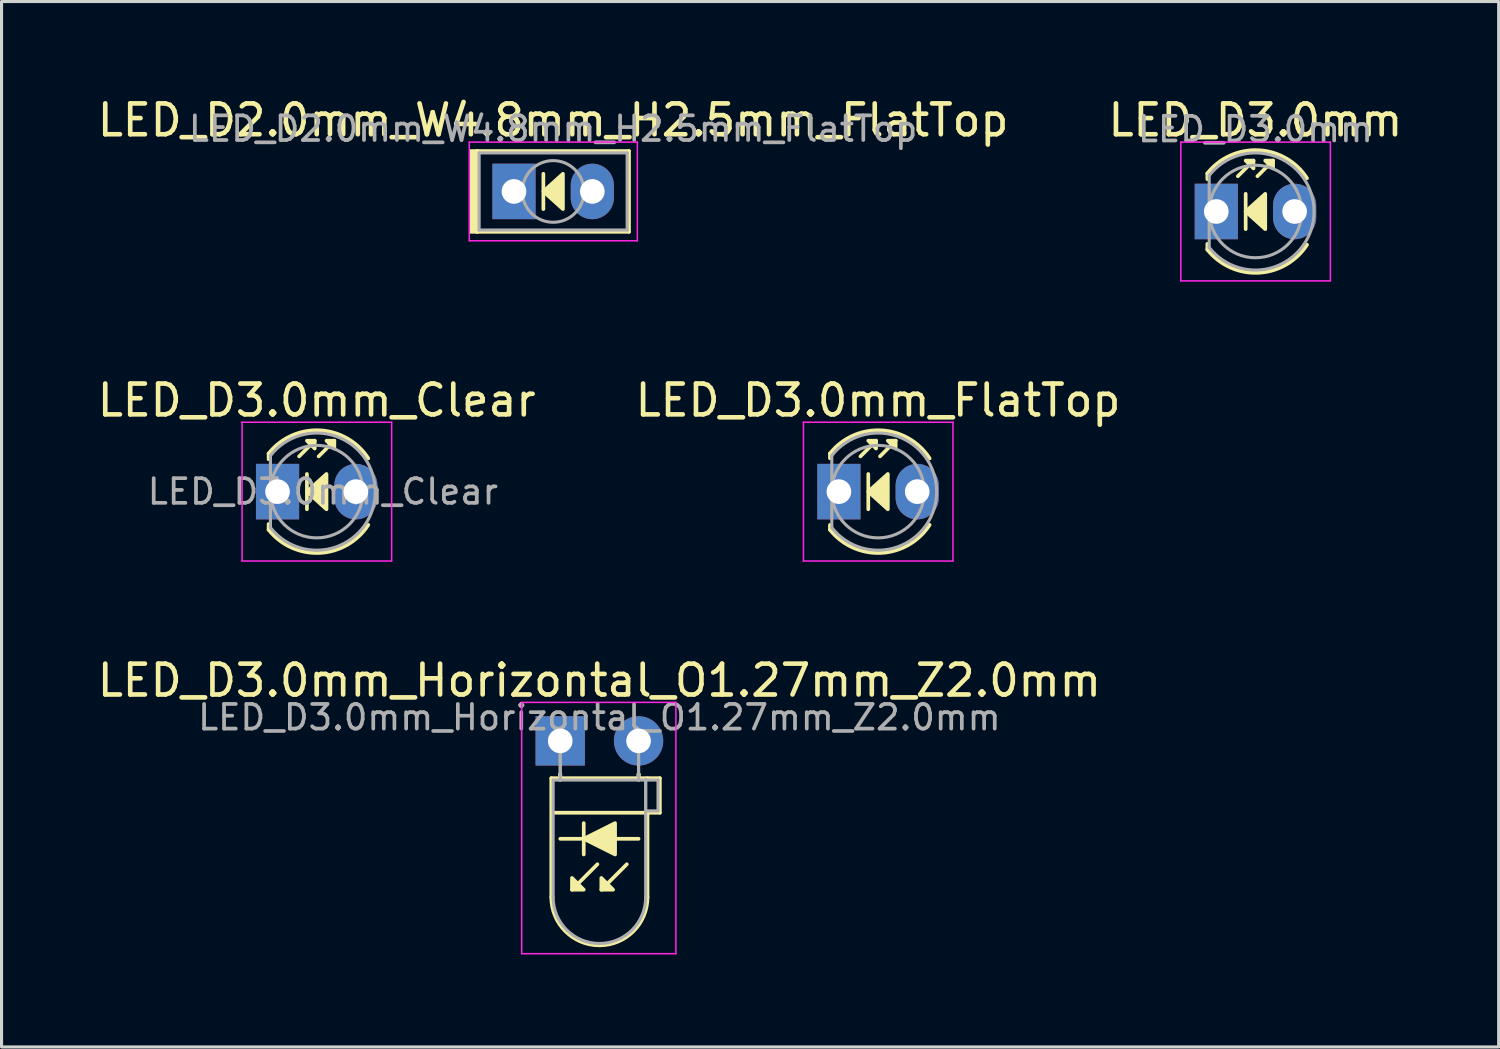
<source format=kicad_pcb>
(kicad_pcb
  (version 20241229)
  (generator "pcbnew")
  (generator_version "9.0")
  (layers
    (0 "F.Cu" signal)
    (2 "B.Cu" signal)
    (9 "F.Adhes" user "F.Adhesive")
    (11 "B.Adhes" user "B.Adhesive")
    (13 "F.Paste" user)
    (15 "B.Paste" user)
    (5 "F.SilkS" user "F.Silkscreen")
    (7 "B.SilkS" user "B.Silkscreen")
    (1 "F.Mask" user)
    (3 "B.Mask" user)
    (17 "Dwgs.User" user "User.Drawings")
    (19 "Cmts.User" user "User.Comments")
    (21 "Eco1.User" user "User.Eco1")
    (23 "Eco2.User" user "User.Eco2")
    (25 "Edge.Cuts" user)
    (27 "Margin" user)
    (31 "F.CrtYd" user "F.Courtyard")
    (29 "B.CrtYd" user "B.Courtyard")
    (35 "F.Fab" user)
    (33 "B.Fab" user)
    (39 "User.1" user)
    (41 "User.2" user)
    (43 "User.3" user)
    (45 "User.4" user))
  (footprint "LED_D2.0mm_W4.8mm_H2.5mm_FlatTop"
    (layer "F.Cu")
    (at 13.617 3.158)
    (property "Reference" "LED_D2.0mm_W4.8mm_H2.5mm_FlatTop" (at 1.27 -2.31 0) (layer "F.SilkS") (effects (font (size 1 1) (thickness 0.15))))
    (fp_line (start -1.19 -1.31) (end -1.19 1.31) (stroke (width 0.12) (type solid)) (layer "F.SilkS"))
    (fp_line (start -1.19 -1.31) (end 3.73 -1.31) (stroke (width 0.12) (type solid)) (layer "F.SilkS"))
    (fp_line (start -1.19 1.31) (end 3.73 1.31) (stroke (width 0.12) (type solid)) (layer "F.SilkS"))
    (fp_line (start 0.953 -0.572) (end 0.953 0.572) (stroke (width 0.12) (type solid)) (layer "F.SilkS"))
    (fp_line (start 3.73 -1.31) (end 3.73 1.31) (stroke (width 0.12) (type solid)) (layer "F.SilkS"))
    (fp_rect (start -1.397 -1.31) (end -1.19 1.31) (stroke (width 0.12) (type solid)) (fill yes) (layer "F.SilkS"))
    (fp_poly (pts (xy 1.587 0.572) (xy 0.953 0) (xy 1.587 -0.572)) (stroke (width 0.12) (type solid)) (fill yes) (layer "F.SilkS"))
    (fp_line (start -1.45 -1.6) (end -1.45 1.6) (stroke (width 0.05) (type solid)) (layer "F.CrtYd"))
    (fp_line (start -1.45 1.6) (end 4 1.6) (stroke (width 0.05) (type solid)) (layer "F.CrtYd"))
    (fp_line (start 4 -1.6) (end -1.45 -1.6) (stroke (width 0.05) (type solid)) (layer "F.CrtYd"))
    (fp_line (start 4 1.6) (end 4 -1.6) (stroke (width 0.05) (type solid)) (layer "F.CrtYd"))
    (fp_line (start -1.13 -1.25) (end -1.13 1.25) (stroke (width 0.1) (type solid)) (layer "F.Fab"))
    (fp_line (start -1.13 1.25) (end 3.67 1.25) (stroke (width 0.1) (type solid)) (layer "F.Fab"))
    (fp_line (start 3.67 -1.25) (end -1.13 -1.25) (stroke (width 0.1) (type solid)) (layer "F.Fab"))
    (fp_line (start 3.67 1.25) (end 3.67 -1.25) (stroke (width 0.1) (type solid)) (layer "F.Fab"))
    (fp_circle (center 1.27 0) (end 2.27 0) (stroke (width 0.1) (type solid)) (fill no) (layer "F.Fab"))
    (fp_text user "${REFERENCE}" (at 1.27 -2.032 0) (layer "F.Fab") (effects (font (size 0.8 0.8) (thickness 0.12))))
    (pad "1" thru_hole rect (at 0 0) (size 1.4 1.8) (drill 0.8) (layers "*.Cu" "*.Mask"))
    (pad "2" thru_hole oval (at 2.54 0) (size 1.4 1.8) (drill 0.8) (layers "*.Cu" "*.Mask")))
  (footprint "LED_D3.0mm_FlatTop"
    (layer "F.Cu")
    (at 24.153 12.892)
    (property "Reference" "LED_D3.0mm_FlatTop" (at 1.27 -2.96 0) (layer "F.SilkS") (effects (font (size 1 1) (thickness 0.15))))
    (fp_line (start -0.29 -1.236) (end -0.29 -1.08) (stroke (width 0.12) (type solid)) (layer "F.SilkS"))
    (fp_line (start -0.29 1.08) (end -0.29 1.236) (stroke (width 0.12) (type solid)) (layer "F.SilkS"))
    (fp_line (start 0.699 -1.143) (end 1.206 -1.651) (stroke (width 0.12) (type solid)) (layer "F.SilkS"))
    (fp_line (start 0.953 -0.572) (end 0.953 0.572) (stroke (width 0.12) (type solid)) (layer "F.SilkS"))
    (fp_line (start 1.333 -1.143) (end 1.841 -1.651) (stroke (width 0.12) (type solid)) (layer "F.SilkS"))
    (fp_arc (start -0.29 -1.235516) (mid 1.366487 -1.987659) (end 2.942335 -1.078608) (stroke (width 0.12) (type solid)) (layer "F.SilkS"))
    (fp_arc (start 2.942335 1.078608) (mid 1.366487 1.987659) (end -0.29 1.235516) (stroke (width 0.12) (type solid)) (layer "F.SilkS"))
    (fp_poly (pts (xy 1.206 -1.397) (xy 0.953 -1.651) (xy 1.206 -1.651)) (stroke (width 0.12) (type solid)) (fill yes) (layer "F.SilkS"))
    (fp_poly (pts (xy 1.587 0.572) (xy 0.953 0) (xy 1.587 -0.572)) (stroke (width 0.12) (type solid)) (fill yes) (layer "F.SilkS"))
    (fp_poly (pts (xy 1.841 -1.397) (xy 1.587 -1.651) (xy 1.841 -1.651)) (stroke (width 0.12) (type solid)) (fill yes) (layer "F.SilkS"))
    (fp_line (start -1.15 -2.25) (end -1.15 2.25) (stroke (width 0.05) (type solid)) (layer "F.CrtYd"))
    (fp_line (start -1.15 2.25) (end 3.7 2.25) (stroke (width 0.05) (type solid)) (layer "F.CrtYd"))
    (fp_line (start 3.7 -2.25) (end -1.15 -2.25) (stroke (width 0.05) (type solid)) (layer "F.CrtYd"))
    (fp_line (start 3.7 2.25) (end 3.7 -2.25) (stroke (width 0.05) (type solid)) (layer "F.CrtYd"))
    (fp_line (start -0.23 -1.166) (end -0.23 1.166) (stroke (width 0.1) (type solid)) (layer "F.Fab"))
    (fp_arc (start -0.23 -1.16619) (mid 3.17 0.000452) (end -0.230555 1.165476) (stroke (width 0.1) (type solid)) (layer "F.Fab"))
    (fp_circle (center 1.27 0) (end 2.77 0) (stroke (width 0.1) (type solid)) (fill no) (layer "F.Fab"))
    (pad "1" thru_hole rect (at 0 0) (size 1.4 1.8) (drill 0.8) (layers "*.Cu" "*.Mask"))
    (pad "2" thru_hole oval (at 2.54 0) (size 1.4 1.8) (drill 0.8) (layers "*.Cu" "*.Mask")))
  (footprint "LED_D3.0mm"
    (layer "F.Cu")
    (at 36.391 3.808)
    (property "Reference" "LED_D3.0mm" (at 1.27 -2.96 0) (layer "F.SilkS") (effects (font (size 1 1) (thickness 0.15))))
    (fp_line (start -0.29 -1.236) (end -0.29 -1.05) (stroke (width 0.12) (type solid)) (layer "F.SilkS"))
    (fp_line (start -0.29 1.05) (end -0.29 1.236) (stroke (width 0.12) (type solid)) (layer "F.SilkS"))
    (fp_line (start 0.699 -1.143) (end 1.206 -1.651) (stroke (width 0.12) (type solid)) (layer "F.SilkS"))
    (fp_line (start 0.953 -0.572) (end 0.953 0.572) (stroke (width 0.12) (type solid)) (layer "F.SilkS"))
    (fp_line (start 1.333 -1.143) (end 1.841 -1.651) (stroke (width 0.12) (type solid)) (layer "F.SilkS"))
    (fp_arc (start -0.29 -1.235516) (mid 1.366487 -1.987659) (end 2.942335 -1.078608) (stroke (width 0.12) (type solid)) (layer "F.SilkS"))
    (fp_arc (start 2.942335 1.078608) (mid 1.366487 1.987659) (end -0.29 1.235516) (stroke (width 0.12) (type solid)) (layer "F.SilkS"))
    (fp_poly (pts (xy 1.206 -1.397) (xy 0.953 -1.651) (xy 1.206 -1.651)) (stroke (width 0.12) (type solid)) (fill yes) (layer "F.SilkS"))
    (fp_poly (pts (xy 1.587 0.572) (xy 0.953 0) (xy 1.587 -0.572)) (stroke (width 0.12) (type solid)) (fill yes) (layer "F.SilkS"))
    (fp_poly (pts (xy 1.841 -1.397) (xy 1.587 -1.651) (xy 1.841 -1.651)) (stroke (width 0.12) (type solid)) (fill yes) (layer "F.SilkS"))
    (fp_line (start -1.15 -2.25) (end -1.15 2.25) (stroke (width 0.05) (type solid)) (layer "F.CrtYd"))
    (fp_line (start -1.15 2.25) (end 3.7 2.25) (stroke (width 0.05) (type solid)) (layer "F.CrtYd"))
    (fp_line (start 3.7 -2.25) (end -1.15 -2.25) (stroke (width 0.05) (type solid)) (layer "F.CrtYd"))
    (fp_line (start 3.7 2.25) (end 3.7 -2.25) (stroke (width 0.05) (type solid)) (layer "F.CrtYd"))
    (fp_line (start -0.23 -1.166) (end -0.23 1.166) (stroke (width 0.1) (type solid)) (layer "F.Fab"))
    (fp_arc (start -0.23 -1.16619) (mid 3.17 0.000452) (end -0.230555 1.165476) (stroke (width 0.1) (type solid)) (layer "F.Fab"))
    (fp_circle (center 1.27 0) (end 2.77 0) (stroke (width 0.1) (type solid)) (fill no) (layer "F.Fab"))
    (fp_text user "${REFERENCE}" (at 1.27 -2.667 0) (layer "F.Fab") (effects (font (size 0.8 0.8) (thickness 0.12))))
    (pad "1" thru_hole rect (at 0 0) (size 1.4 1.8) (drill 0.8) (layers "*.Cu" "*.Mask"))
    (pad "2" thru_hole oval (at 2.54 0) (size 1.4 1.8) (drill 0.8) (layers "*.Cu" "*.Mask")))
  (footprint "LED_D3.0mm_Horizontal_O1.27mm_Z2.0mm"
    (layer "F.Cu")
    (at 15.117 20.975)
    (property "Reference" "LED_D3.0mm_Horizontal_O1.27mm_Z2.0mm" (at 1.27 -1.96 0) (layer "F.SilkS") (effects (font (size 1 1) (thickness 0.15))))
    (fp_line (start -0.29 1.21) (end -0.29 5.07) (stroke (width 0.12) (type solid)) (layer "F.SilkS"))
    (fp_line (start -0.29 1.21) (end 2.83 1.21) (stroke (width 0.12) (type solid)) (layer "F.SilkS"))
    (fp_line (start 0 1.08) (end 0 1.08) (stroke (width 0.12) (type solid)) (layer "F.SilkS"))
    (fp_line (start 0 1.08) (end 0 1.21) (stroke (width 0.12) (type solid)) (layer "F.SilkS"))
    (fp_line (start 0 1.21) (end 0 1.08) (stroke (width 0.12) (type solid)) (layer "F.SilkS"))
    (fp_line (start 0 1.21) (end 0 1.21) (stroke (width 0.12) (type solid)) (layer "F.SilkS"))
    (fp_line (start 0.762 2.667) (end 0.762 3.683) (stroke (width 0.12) (type solid)) (layer "F.SilkS"))
    (fp_line (start 1.206 4) (end 0.381 4.826) (stroke (width 0.12) (type solid)) (layer "F.SilkS"))
    (fp_line (start 2.159 4) (end 1.333 4.826) (stroke (width 0.12) (type solid)) (layer "F.SilkS"))
    (fp_line (start 2.54 1.08) (end 2.54 1.08) (stroke (width 0.12) (type solid)) (layer "F.SilkS"))
    (fp_line (start 2.54 1.08) (end 2.54 1.21) (stroke (width 0.12) (type solid)) (layer "F.SilkS"))
    (fp_line (start 2.54 1.21) (end 2.54 1.08) (stroke (width 0.12) (type solid)) (layer "F.SilkS"))
    (fp_line (start 2.54 1.21) (end 2.54 1.21) (stroke (width 0.12) (type solid)) (layer "F.SilkS"))
    (fp_line (start 2.54 3.175) (end 0 3.175) (stroke (width 0.12) (type solid)) (layer "F.SilkS"))
    (fp_line (start 2.83 1.21) (end 3.23 1.21) (stroke (width 0.12) (type solid)) (layer "F.SilkS"))
    (fp_line (start 2.83 2.33) (end 2.83 5.07) (stroke (width 0.12) (type solid)) (layer "F.SilkS"))
    (fp_line (start 3.23 1.21) (end 3.23 2.33) (stroke (width 0.12) (type solid)) (layer "F.SilkS"))
    (fp_line (start 3.23 2.33) (end -0.254 2.33) (stroke (width 0.12) (type solid)) (layer "F.SilkS"))
    (fp_arc (start 2.83 5.07) (mid 1.27 6.63) (end -0.29 5.07) (stroke (width 0.12) (type solid)) (layer "F.SilkS"))
    (fp_poly (pts (xy 0.381 4.445) (xy 0.762 4.826) (xy 0.381 4.826)) (stroke (width 0.12) (type solid)) (fill yes) (layer "F.SilkS"))
    (fp_poly (pts (xy 1.333 4.445) (xy 1.714 4.826) (xy 1.333 4.826)) (stroke (width 0.12) (type solid)) (fill yes) (layer "F.SilkS"))
    (fp_poly (pts (xy 1.778 3.683) (xy 0.762 3.175) (xy 1.778 2.667)) (stroke (width 0.12) (type solid)) (fill yes) (layer "F.SilkS"))
    (fp_line (start -1.25 -1.25) (end -1.25 6.9) (stroke (width 0.05) (type solid)) (layer "F.CrtYd"))
    (fp_line (start -1.25 6.9) (end 3.75 6.9) (stroke (width 0.05) (type solid)) (layer "F.CrtYd"))
    (fp_line (start 3.75 -1.25) (end -1.25 -1.25) (stroke (width 0.05) (type solid)) (layer "F.CrtYd"))
    (fp_line (start 3.75 6.9) (end 3.75 -1.25) (stroke (width 0.05) (type solid)) (layer "F.CrtYd"))
    (fp_line (start -0.23 1.27) (end -0.23 5.07) (stroke (width 0.1) (type solid)) (layer "F.Fab"))
    (fp_line (start -0.23 1.27) (end 2.77 1.27) (stroke (width 0.1) (type solid)) (layer "F.Fab"))
    (fp_line (start 0 0) (end 0 0) (stroke (width 0.1) (type solid)) (layer "F.Fab"))
    (fp_line (start 0 0) (end 0 1.27) (stroke (width 0.1) (type solid)) (layer "F.Fab"))
    (fp_line (start 0 1.27) (end 0 0) (stroke (width 0.1) (type solid)) (layer "F.Fab"))
    (fp_line (start 0 1.27) (end 0 1.27) (stroke (width 0.1) (type solid)) (layer "F.Fab"))
    (fp_line (start 2.54 0) (end 2.54 0) (stroke (width 0.1) (type solid)) (layer "F.Fab"))
    (fp_line (start 2.54 0) (end 2.54 1.27) (stroke (width 0.1) (type solid)) (layer "F.Fab"))
    (fp_line (start 2.54 1.27) (end 2.54 0) (stroke (width 0.1) (type solid)) (layer "F.Fab"))
    (fp_line (start 2.54 1.27) (end 2.54 1.27) (stroke (width 0.1) (type solid)) (layer "F.Fab"))
    (fp_line (start 2.77 1.27) (end 2.77 5.07) (stroke (width 0.1) (type solid)) (layer "F.Fab"))
    (fp_line (start 2.77 1.27) (end 3.17 1.27) (stroke (width 0.1) (type solid)) (layer "F.Fab"))
    (fp_line (start 2.77 2.27) (end 2.77 1.27) (stroke (width 0.1) (type solid)) (layer "F.Fab"))
    (fp_line (start 3.17 1.27) (end 3.17 2.27) (stroke (width 0.1) (type solid)) (layer "F.Fab"))
    (fp_line (start 3.17 2.27) (end 2.77 2.27) (stroke (width 0.1) (type solid)) (layer "F.Fab"))
    (fp_arc (start 2.77 5.07) (mid 1.27 6.57) (end -0.23 5.07) (stroke (width 0.1) (type solid)) (layer "F.Fab"))
    (fp_text user "${REFERENCE}" (at 1.27 -0.762 0) (layer "F.Fab") (effects (font (size 0.8 0.8) (thickness 0.12))))
    (pad "1" thru_hole rect (at 0 0) (size 1.6 1.6) (drill 0.8) (layers "*.Cu" "*.Mask"))
    (pad "2" thru_hole oval (at 2.54 0) (size 1.6 1.6) (drill 0.8) (layers "*.Cu" "*.Mask")))
  (footprint "LED_D3.0mm_Clear"
    (layer "F.Cu")
    (at 5.95 12.892)
    (property "Reference" "LED_D3.0mm_Clear" (at 1.27 -2.96 0) (layer "F.SilkS") (effects (font (size 1 1) (thickness 0.15))))
    (fp_line (start -0.29 -1.236) (end -0.29 -1.05) (stroke (width 0.12) (type solid)) (layer "F.SilkS"))
    (fp_line (start -0.29 1.05) (end -0.29 1.236) (stroke (width 0.12) (type solid)) (layer "F.SilkS"))
    (fp_line (start 0.699 -1.143) (end 1.206 -1.651) (stroke (width 0.12) (type solid)) (layer "F.SilkS"))
    (fp_line (start 0.953 -0.572) (end 0.953 0.572) (stroke (width 0.12) (type solid)) (layer "F.SilkS"))
    (fp_line (start 1.333 -1.143) (end 1.841 -1.651) (stroke (width 0.12) (type solid)) (layer "F.SilkS"))
    (fp_arc (start -0.29 -1.235516) (mid 1.366487 -1.987659) (end 2.942335 -1.078608) (stroke (width 0.12) (type solid)) (layer "F.SilkS"))
    (fp_arc (start 2.942335 1.078608) (mid 1.366487 1.987659) (end -0.29 1.235516) (stroke (width 0.12) (type solid)) (layer "F.SilkS"))
    (fp_poly (pts (xy 1.206 -1.397) (xy 0.953 -1.651) (xy 1.206 -1.651)) (stroke (width 0.12) (type solid)) (fill yes) (layer "F.SilkS"))
    (fp_poly (pts (xy 1.587 0.572) (xy 0.953 0) (xy 1.587 -0.572)) (stroke (width 0.12) (type solid)) (fill yes) (layer "F.SilkS"))
    (fp_poly (pts (xy 1.841 -1.397) (xy 1.587 -1.651) (xy 1.841 -1.651)) (stroke (width 0.12) (type solid)) (fill yes) (layer "F.SilkS"))
    (fp_line (start -1.15 -2.25) (end -1.15 2.25) (stroke (width 0.05) (type solid)) (layer "F.CrtYd"))
    (fp_line (start -1.15 2.25) (end 3.7 2.25) (stroke (width 0.05) (type solid)) (layer "F.CrtYd"))
    (fp_line (start 3.7 -2.25) (end -1.15 -2.25) (stroke (width 0.05) (type solid)) (layer "F.CrtYd"))
    (fp_line (start 3.7 2.25) (end 3.7 -2.25) (stroke (width 0.05) (type solid)) (layer "F.CrtYd"))
    (fp_line (start -0.23 -1.166) (end -0.23 1.166) (stroke (width 0.1) (type solid)) (layer "F.Fab"))
    (fp_arc (start -0.23 -1.16619) (mid 3.17 0.000452) (end -0.230555 1.165476) (stroke (width 0.1) (type solid)) (layer "F.Fab"))
    (fp_circle (center 1.27 0) (end 2.77 0) (stroke (width 0.1) (type solid)) (fill no) (layer "F.Fab"))
    (fp_text user "${REFERENCE}" (at 1.47 0 0) (layer "F.Fab") (effects (font (size 0.8 0.8) (thickness 0.12))))
    (pad "1" thru_hole rect (at 0 0) (size 1.4 1.8) (drill 0.8) (layers "*.Cu" "*.Mask"))
    (pad "2" thru_hole oval (at 2.54 0) (size 1.4 1.8) (drill 0.8) (layers "*.Cu" "*.Mask")))
  (gr_rect
    (start -3 -3)
    (end 45.548 30.9)
    (stroke (width 0.1) (type default))
    (fill no)
    (layer "Edge.Cuts")))
</source>
